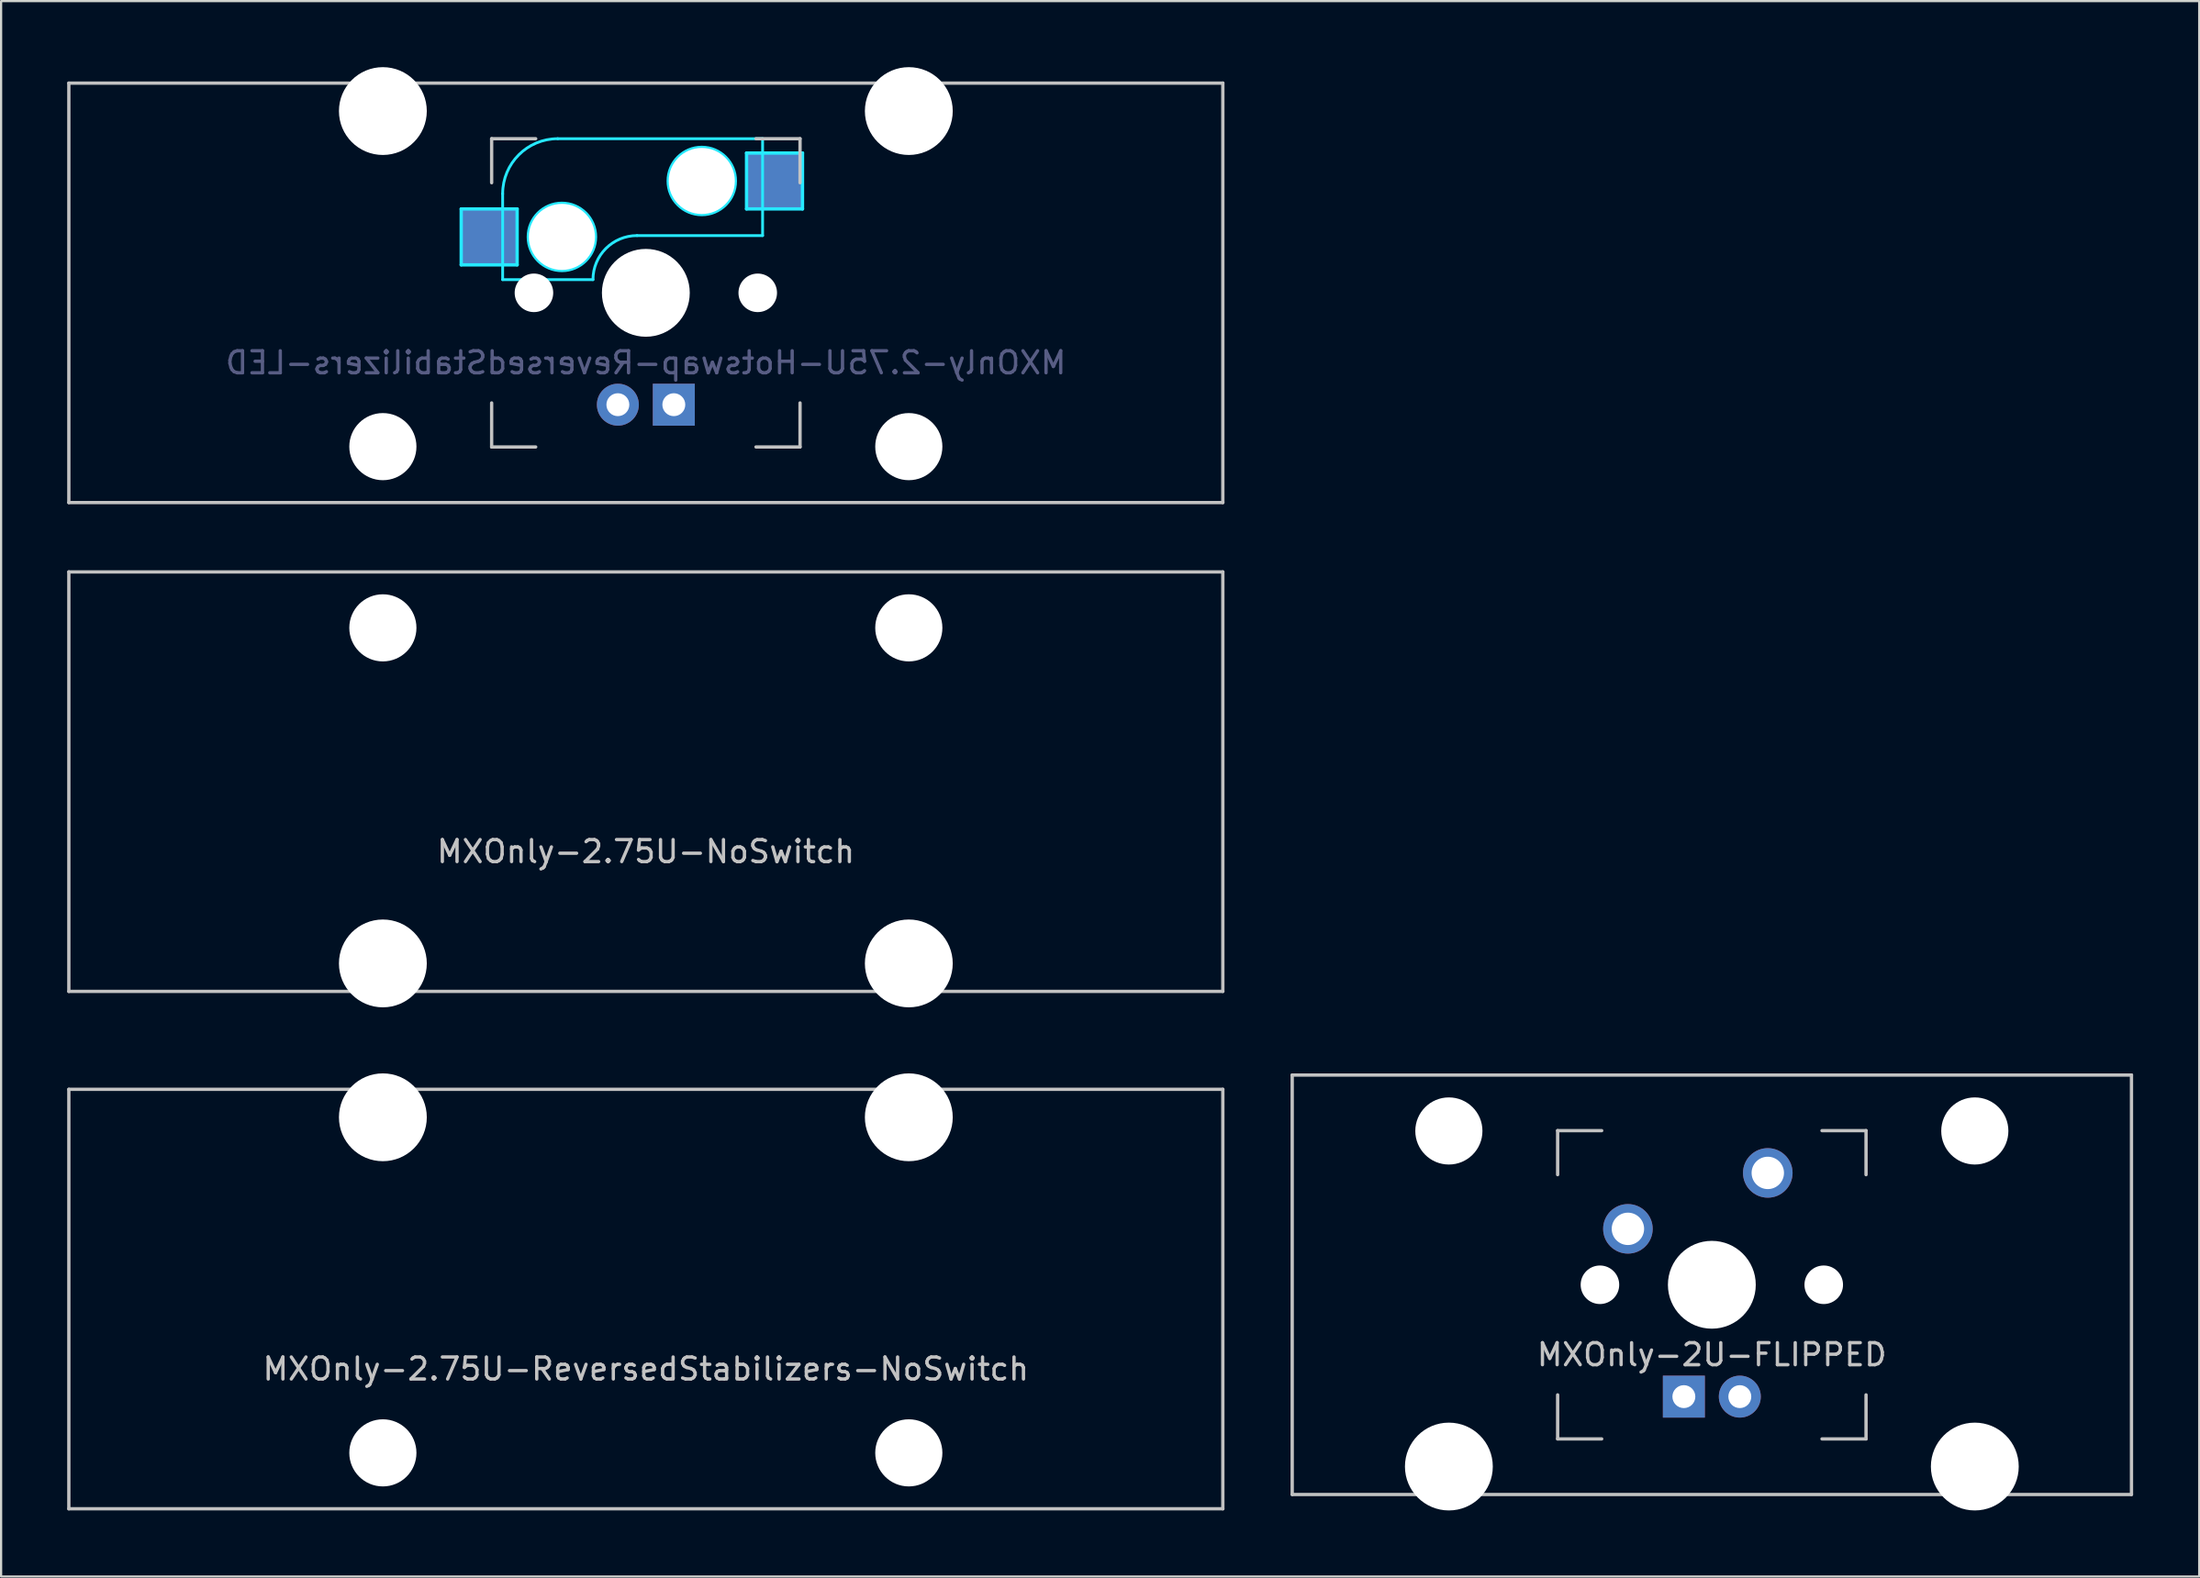
<source format=kicad_pcb>
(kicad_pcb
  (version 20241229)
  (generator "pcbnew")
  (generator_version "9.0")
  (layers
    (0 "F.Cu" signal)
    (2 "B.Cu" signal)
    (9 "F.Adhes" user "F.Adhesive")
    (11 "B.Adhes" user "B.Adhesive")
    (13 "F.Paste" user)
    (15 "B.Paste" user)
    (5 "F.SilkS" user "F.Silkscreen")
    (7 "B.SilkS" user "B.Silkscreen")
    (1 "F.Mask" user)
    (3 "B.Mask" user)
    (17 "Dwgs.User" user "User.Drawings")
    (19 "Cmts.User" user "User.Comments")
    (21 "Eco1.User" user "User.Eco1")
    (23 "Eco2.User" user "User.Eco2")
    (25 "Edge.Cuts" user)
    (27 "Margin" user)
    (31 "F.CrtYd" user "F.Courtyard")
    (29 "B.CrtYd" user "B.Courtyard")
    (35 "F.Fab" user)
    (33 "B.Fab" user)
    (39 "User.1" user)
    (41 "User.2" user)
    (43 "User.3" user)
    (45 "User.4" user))
  (footprint "MXOnly-2U-FLIPPED"
    (layer "F.Cu")
    (at 74.662 55.298)
    (property "Reference" "MXOnly-2U-FLIPPED" (at 0 3.175 0) (layer "Dwgs.User") (effects (font (size 1 1) (thickness 0.15))))
    (attr through_hole)
    (fp_line (start -19.05 -9.525) (end 19.05 -9.525) (stroke (width 0.15) (type solid)) (layer "Dwgs.User"))
    (fp_line (start -19.05 9.525) (end -19.05 -9.525) (stroke (width 0.15) (type solid)) (layer "Dwgs.User"))
    (fp_line (start -19.05 9.525) (end 19.05 9.525) (stroke (width 0.15) (type solid)) (layer "Dwgs.User"))
    (fp_line (start -7 -7) (end -7 -5) (stroke (width 0.15) (type solid)) (layer "Dwgs.User"))
    (fp_line (start -7 5) (end -7 7) (stroke (width 0.15) (type solid)) (layer "Dwgs.User"))
    (fp_line (start -7 7) (end -5 7) (stroke (width 0.15) (type solid)) (layer "Dwgs.User"))
    (fp_line (start -5 -7) (end -7 -7) (stroke (width 0.15) (type solid)) (layer "Dwgs.User"))
    (fp_line (start 5 -7) (end 7 -7) (stroke (width 0.15) (type solid)) (layer "Dwgs.User"))
    (fp_line (start 5 7) (end 7 7) (stroke (width 0.15) (type solid)) (layer "Dwgs.User"))
    (fp_line (start 7 -7) (end 7 -5) (stroke (width 0.15) (type solid)) (layer "Dwgs.User"))
    (fp_line (start 7 7) (end 7 5) (stroke (width 0.15) (type solid)) (layer "Dwgs.User"))
    (fp_line (start 19.05 -9.525) (end 19.05 9.525) (stroke (width 0.15) (type solid)) (layer "Dwgs.User"))
    (pad "" np_thru_hole circle (at -11.938 -6.985) (size 3.048 3.048) (drill 3.048) (layers "*.Cu" "*.Mask"))
    (pad "" np_thru_hole circle (at -11.938 8.255) (size 3.988 3.988) (drill 3.988) (layers "*.Cu" "*.Mask"))
    (pad "" np_thru_hole circle (at -5.08 0 48.1) (size 1.75 1.75) (drill 1.75) (layers "*.Cu" "*.Mask"))
    (pad "" np_thru_hole circle (at 0 0) (size 3.988 3.988) (drill 3.988) (layers "*.Cu" "*.Mask"))
    (pad "" np_thru_hole circle (at 5.08 0 48.1) (size 1.75 1.75) (drill 1.75) (layers "*.Cu" "*.Mask"))
    (pad "" np_thru_hole circle (at 11.938 -6.985) (size 3.048 3.048) (drill 3.048) (layers "*.Cu" "*.Mask"))
    (pad "" np_thru_hole circle (at 11.938 8.255) (size 3.988 3.988) (drill 3.988) (layers "*.Cu" "*.Mask"))
    (pad "1" thru_hole circle (at -3.81 -2.54) (size 2.25 2.25) (drill 1.47) (layers "*.Cu" "B.Mask"))
    (pad "2" thru_hole circle (at 2.54 -5.08) (size 2.25 2.25) (drill 1.47) (layers "*.Cu" "B.Mask"))
    (pad "3" thru_hole circle (at 1.27 5.08) (size 1.905 1.905) (drill 1.04) (layers "*.Cu" "B.Mask"))
    (pad "4" thru_hole rect (at -1.27 5.08) (size 1.905 1.905) (drill 1.04) (layers "*.Cu" "B.Mask")))
  (footprint "MXOnly-2.75U-ReversedStabilizers-NoSwitch"
    (layer "F.Cu")
    (at 26.269 55.947)
    (property "Reference" "MXOnly-2.75U-ReversedStabilizers-NoSwitch" (at 0 3.175 0) (layer "Dwgs.User") (effects (font (size 1 1) (thickness 0.15))))
    (attr through_hole)
    (fp_line (start -26.194 -9.525) (end 26.194 -9.525) (stroke (width 0.15) (type solid)) (layer "Dwgs.User"))
    (fp_line (start -26.194 9.525) (end -26.194 -9.525) (stroke (width 0.15) (type solid)) (layer "Dwgs.User"))
    (fp_line (start -26.194 9.525) (end 26.194 9.525) (stroke (width 0.15) (type solid)) (layer "Dwgs.User"))
    (fp_line (start 26.194 -9.525) (end 26.194 9.525) (stroke (width 0.15) (type solid)) (layer "Dwgs.User"))
    (pad "" np_thru_hole circle (at -11.938 -8.255) (size 3.988 3.988) (drill 3.988) (layers "*.Cu" "*.Mask"))
    (pad "" np_thru_hole circle (at -11.938 6.985) (size 3.048 3.048) (drill 3.048) (layers "*.Cu" "*.Mask"))
    (pad "" np_thru_hole circle (at 11.938 -8.255) (size 3.988 3.988) (drill 3.988) (layers "*.Cu" "*.Mask"))
    (pad "" np_thru_hole circle (at 11.938 6.985) (size 3.048 3.048) (drill 3.048) (layers "*.Cu" "*.Mask")))
  (footprint "MXOnly-2.75U-Hotswap-ReversedStabilizers-LED"
    (layer "F.Cu")
    (at 26.269 10.249)
    (property "Reference" "MXOnly-2.75U-Hotswap-ReversedStabilizers-LED" (at 0 3.175 0) (layer "B.Fab") (effects (font (size 1 1) (thickness 0.15)) (justify mirror)))
    (attr smd)
    (fp_line (start -26.194 -9.525) (end 26.194 -9.525) (stroke (width 0.15) (type solid)) (layer "Dwgs.User"))
    (fp_line (start -26.194 9.525) (end -26.194 -9.525) (stroke (width 0.15) (type solid)) (layer "Dwgs.User"))
    (fp_line (start -7 -7) (end -7 -5) (stroke (width 0.15) (type solid)) (layer "Dwgs.User"))
    (fp_line (start -7 5) (end -7 7) (stroke (width 0.15) (type solid)) (layer "Dwgs.User"))
    (fp_line (start -7 7) (end -5 7) (stroke (width 0.15) (type solid)) (layer "Dwgs.User"))
    (fp_line (start -5 -7) (end -7 -7) (stroke (width 0.15) (type solid)) (layer "Dwgs.User"))
    (fp_line (start 5 -7) (end 7 -7) (stroke (width 0.15) (type solid)) (layer "Dwgs.User"))
    (fp_line (start 5 7) (end 7 7) (stroke (width 0.15) (type solid)) (layer "Dwgs.User"))
    (fp_line (start 7 -7) (end 7 -5) (stroke (width 0.15) (type solid)) (layer "Dwgs.User"))
    (fp_line (start 7 7) (end 7 5) (stroke (width 0.15) (type solid)) (layer "Dwgs.User"))
    (fp_line (start 26.194 -9.525) (end 26.194 9.525) (stroke (width 0.15) (type solid)) (layer "Dwgs.User"))
    (fp_line (start 26.194 9.525) (end -26.194 9.525) (stroke (width 0.15) (type solid)) (layer "Dwgs.User"))
    (fp_line (start -8.382 -3.81) (end -5.842 -3.81) (stroke (width 0.15) (type solid)) (layer "B.CrtYd"))
    (fp_line (start -8.382 -1.27) (end -8.382 -3.81) (stroke (width 0.15) (type solid)) (layer "B.CrtYd"))
    (fp_line (start -6.5 -4.5) (end -6.5 -0.6) (stroke (width 0.127) (type solid)) (layer "B.CrtYd"))
    (fp_line (start -6.5 -0.6) (end -2.4 -0.6) (stroke (width 0.127) (type solid)) (layer "B.CrtYd"))
    (fp_line (start -5.842 -3.81) (end -5.842 -1.27) (stroke (width 0.15) (type solid)) (layer "B.CrtYd"))
    (fp_line (start -5.842 -1.27) (end -8.382 -1.27) (stroke (width 0.15) (type solid)) (layer "B.CrtYd"))
    (fp_line (start -0.4 -2.6) (end 5.3 -2.6) (stroke (width 0.127) (type solid)) (layer "B.CrtYd"))
    (fp_line (start 4.572 -6.35) (end 7.112 -6.35) (stroke (width 0.15) (type solid)) (layer "B.CrtYd"))
    (fp_line (start 4.572 -3.81) (end 4.572 -6.35) (stroke (width 0.15) (type solid)) (layer "B.CrtYd"))
    (fp_line (start 5.3 -7) (end -4 -7) (stroke (width 0.127) (type solid)) (layer "B.CrtYd"))
    (fp_line (start 5.3 -7) (end 5.3 -2.6) (stroke (width 0.127) (type solid)) (layer "B.CrtYd"))
    (fp_line (start 7.112 -6.35) (end 7.112 -3.81) (stroke (width 0.15) (type solid)) (layer "B.CrtYd"))
    (fp_line (start 7.112 -3.81) (end 4.572 -3.81) (stroke (width 0.15) (type solid)) (layer "B.CrtYd"))
    (fp_arc (start -6.5 -4.5) (mid -5.767767 -6.267767) (end -4 -7) (stroke (width 0.127) (type solid)) (layer "B.CrtYd"))
    (fp_arc (start -2.4 -0.6) (mid -1.814214 -2.014214) (end -0.4 -2.6) (stroke (width 0.127) (type solid)) (layer "B.CrtYd"))
    (fp_circle (center -3.81 -2.54) (end -3.81 -4.064) (stroke (width 0.15) (type solid)) (fill no) (layer "B.CrtYd"))
    (fp_circle (center 2.54 -5.08) (end 2.54 -6.604) (stroke (width 0.15) (type solid)) (fill no) (layer "B.CrtYd"))
    (pad "" np_thru_hole circle (at -11.938 -8.255) (size 3.988 3.988) (drill 3.988) (layers "*.Cu" "*.Mask"))
    (pad "" np_thru_hole circle (at -11.938 6.985) (size 3.048 3.048) (drill 3.048) (layers "*.Cu" "*.Mask"))
    (pad "" np_thru_hole circle (at -5.08 0 48.1) (size 1.75 1.75) (drill 1.75) (layers "*.Cu" "*.Mask"))
    (pad "" np_thru_hole circle (at -3.81 -2.54) (size 3 3) (drill 3) (layers "*.Cu" "*.Mask"))
    (pad "" np_thru_hole circle (at 0 0) (size 3.988 3.988) (drill 3.988) (layers "*.Cu" "*.Mask"))
    (pad "" np_thru_hole circle (at 2.54 -5.08) (size 3 3) (drill 3) (layers "*.Cu" "*.Mask"))
    (pad "" np_thru_hole circle (at 5.08 0 48.1) (size 1.75 1.75) (drill 1.75) (layers "*.Cu" "*.Mask"))
    (pad "" np_thru_hole circle (at 11.938 -8.255) (size 3.988 3.988) (drill 3.988) (layers "*.Cu" "*.Mask"))
    (pad "" np_thru_hole circle (at 11.938 6.985) (size 3.048 3.048) (drill 3.048) (layers "*.Cu" "*.Mask"))
    (pad "1" smd rect (at -7.085 -2.54) (size 2.55 2.5) (layers "B.Cu" "B.Mask" "B.Paste"))
    (pad "2" smd rect (at 5.842 -5.08) (size 2.55 2.5) (layers "B.Cu" "B.Mask" "B.Paste"))
    (pad "3" thru_hole circle (at -1.27 5.08) (size 1.905 1.905) (drill 1.04) (layers "*.Cu" "B.Mask"))
    (pad "4" thru_hole rect (at 1.27 5.08) (size 1.905 1.905) (drill 1.04) (layers "*.Cu" "B.Mask")))
  (footprint "MXOnly-2.75U-NoSwitch"
    (layer "F.Cu")
    (at 26.269 32.449)
    (property "Reference" "MXOnly-2.75U-NoSwitch" (at 0 3.175 0) (layer "Dwgs.User") (effects (font (size 1 1) (thickness 0.15))))
    (attr through_hole)
    (fp_line (start -26.194 -9.525) (end 26.194 -9.525) (stroke (width 0.15) (type solid)) (layer "Dwgs.User"))
    (fp_line (start -26.194 9.525) (end -26.194 -9.525) (stroke (width 0.15) (type solid)) (layer "Dwgs.User"))
    (fp_line (start -26.194 9.525) (end 26.194 9.525) (stroke (width 0.15) (type solid)) (layer "Dwgs.User"))
    (fp_line (start 26.194 -9.525) (end 26.194 9.525) (stroke (width 0.15) (type solid)) (layer "Dwgs.User"))
    (pad "" np_thru_hole circle (at -11.938 -6.985) (size 3.048 3.048) (drill 3.048) (layers "*.Cu" "*.Mask"))
    (pad "" np_thru_hole circle (at -11.938 8.255) (size 3.988 3.988) (drill 3.988) (layers "*.Cu" "*.Mask"))
    (pad "" np_thru_hole circle (at 11.938 -6.985) (size 3.048 3.048) (drill 3.048) (layers "*.Cu" "*.Mask"))
    (pad "" np_thru_hole circle (at 11.938 8.255) (size 3.988 3.988) (drill 3.988) (layers "*.Cu" "*.Mask")))
  (gr_rect
    (start -3 -3)
    (end 96.787 68.547)
    (stroke (width 0.1) (type default))
    (fill no)
    (layer "Edge.Cuts")))
</source>
